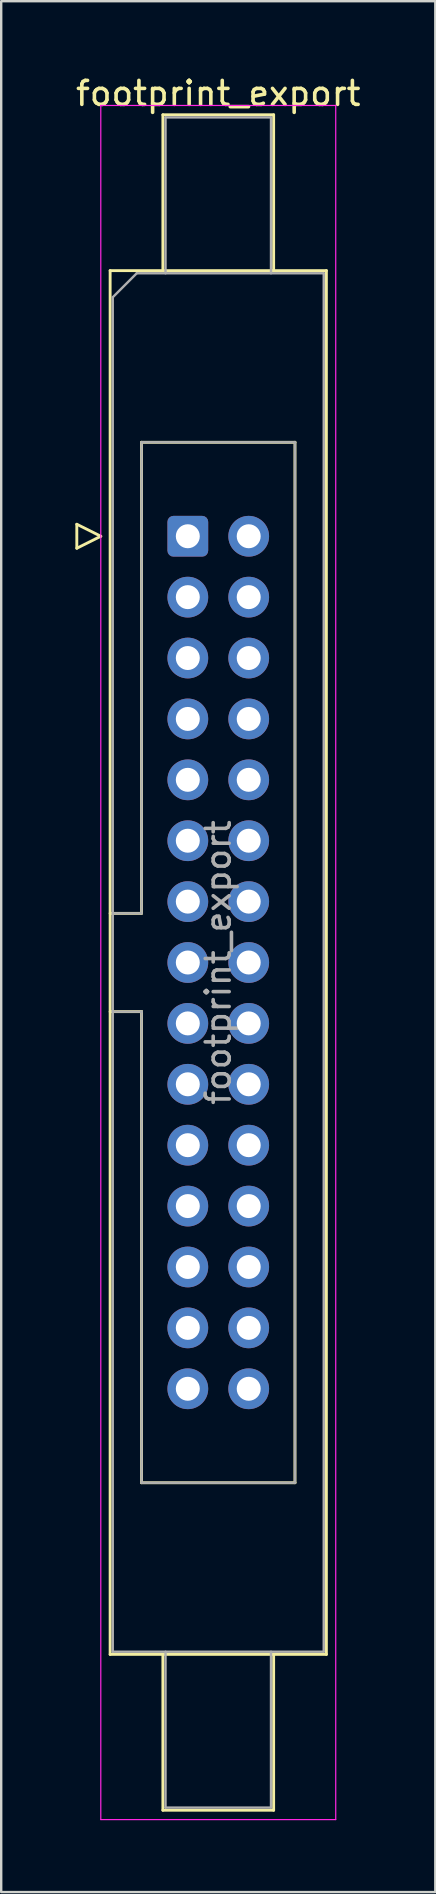
<source format=kicad_pcb>
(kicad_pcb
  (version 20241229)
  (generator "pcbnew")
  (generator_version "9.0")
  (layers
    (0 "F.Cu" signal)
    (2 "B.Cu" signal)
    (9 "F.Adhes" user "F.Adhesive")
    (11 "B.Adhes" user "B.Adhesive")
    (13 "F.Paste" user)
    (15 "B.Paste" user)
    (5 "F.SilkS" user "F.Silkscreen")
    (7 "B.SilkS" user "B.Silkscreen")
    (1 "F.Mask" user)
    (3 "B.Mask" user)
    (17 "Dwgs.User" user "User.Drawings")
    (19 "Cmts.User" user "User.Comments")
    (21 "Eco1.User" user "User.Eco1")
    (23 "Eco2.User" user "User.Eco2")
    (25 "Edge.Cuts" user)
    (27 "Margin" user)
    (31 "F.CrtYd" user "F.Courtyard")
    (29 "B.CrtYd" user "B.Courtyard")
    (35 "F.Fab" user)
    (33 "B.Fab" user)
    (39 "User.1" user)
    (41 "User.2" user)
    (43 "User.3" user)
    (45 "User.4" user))
  (footprint "footprint_export"
    (layer "F.Cu")
    (at 4.784 19.318)
    (property "Reference" "footprint_export" (at 1.27 -18.47 0) (layer "F.SilkS") (effects (font (size 1 1) (thickness 0.15))))
    (attr through_hole)
    (fp_line (start -4.63 -0.5) (end -4.63 0.5) (stroke (width 0.12) (type solid)) (layer "F.SilkS"))
    (fp_line (start -4.63 0.5) (end -3.63 0) (stroke (width 0.12) (type solid)) (layer "F.SilkS"))
    (fp_line (start -3.63 0) (end -4.63 -0.5) (stroke (width 0.12) (type solid)) (layer "F.SilkS"))
    (fp_line (start -3.24 -11.08) (end 5.78 -11.08) (stroke (width 0.12) (type solid)) (layer "F.SilkS"))
    (fp_line (start -3.24 15.73) (end -1.93 15.73) (stroke (width 0.12) (type solid)) (layer "F.SilkS"))
    (fp_line (start -3.24 46.64) (end -3.24 -11.08) (stroke (width 0.12) (type solid)) (layer "F.SilkS"))
    (fp_line (start -1.93 -3.92) (end 4.47 -3.92) (stroke (width 0.12) (type solid)) (layer "F.SilkS"))
    (fp_line (start -1.93 15.73) (end -1.93 -3.92) (stroke (width 0.12) (type solid)) (layer "F.SilkS"))
    (fp_line (start -1.93 19.83) (end -3.24 19.83) (stroke (width 0.12) (type solid)) (layer "F.SilkS"))
    (fp_line (start -1.93 19.83) (end -1.93 19.83) (stroke (width 0.12) (type solid)) (layer "F.SilkS"))
    (fp_line (start -1.93 39.48) (end -1.93 19.83) (stroke (width 0.12) (type solid)) (layer "F.SilkS"))
    (fp_line (start -1.04 -17.58) (end 3.58 -17.58) (stroke (width 0.12) (type solid)) (layer "F.SilkS"))
    (fp_line (start -1.04 -11.08) (end -1.04 -17.58) (stroke (width 0.12) (type solid)) (layer "F.SilkS"))
    (fp_line (start -1.04 46.64) (end -1.04 53.14) (stroke (width 0.12) (type solid)) (layer "F.SilkS"))
    (fp_line (start -1.04 53.14) (end 3.58 53.14) (stroke (width 0.12) (type solid)) (layer "F.SilkS"))
    (fp_line (start 3.58 -17.58) (end 3.58 -11.08) (stroke (width 0.12) (type solid)) (layer "F.SilkS"))
    (fp_line (start 3.58 53.14) (end 3.58 46.64) (stroke (width 0.12) (type solid)) (layer "F.SilkS"))
    (fp_line (start 4.47 -3.92) (end 4.47 39.48) (stroke (width 0.12) (type solid)) (layer "F.SilkS"))
    (fp_line (start 4.47 39.48) (end -1.93 39.48) (stroke (width 0.12) (type solid)) (layer "F.SilkS"))
    (fp_line (start 5.78 -11.08) (end 5.78 46.64) (stroke (width 0.12) (type solid)) (layer "F.SilkS"))
    (fp_line (start 5.78 46.64) (end -3.24 46.64) (stroke (width 0.12) (type solid)) (layer "F.SilkS"))
    (fp_line (start -3.63 -17.97) (end -3.63 53.53) (stroke (width 0.05) (type solid)) (layer "F.CrtYd"))
    (fp_line (start -3.63 53.53) (end 6.17 53.53) (stroke (width 0.05) (type solid)) (layer "F.CrtYd"))
    (fp_line (start 6.17 -17.97) (end -3.63 -17.97) (stroke (width 0.05) (type solid)) (layer "F.CrtYd"))
    (fp_line (start 6.17 53.53) (end 6.17 -17.97) (stroke (width 0.05) (type solid)) (layer "F.CrtYd"))
    (fp_line (start -3.13 -9.97) (end -2.13 -10.97) (stroke (width 0.1) (type solid)) (layer "F.Fab"))
    (fp_line (start -3.13 15.73) (end -1.93 15.73) (stroke (width 0.1) (type solid)) (layer "F.Fab"))
    (fp_line (start -3.13 46.53) (end -3.13 -9.97) (stroke (width 0.1) (type solid)) (layer "F.Fab"))
    (fp_line (start -2.13 -10.97) (end 5.67 -10.97) (stroke (width 0.1) (type solid)) (layer "F.Fab"))
    (fp_line (start -1.93 -3.92) (end 4.47 -3.92) (stroke (width 0.1) (type solid)) (layer "F.Fab"))
    (fp_line (start -1.93 15.73) (end -1.93 -3.92) (stroke (width 0.1) (type solid)) (layer "F.Fab"))
    (fp_line (start -1.93 19.83) (end -3.13 19.83) (stroke (width 0.1) (type solid)) (layer "F.Fab"))
    (fp_line (start -1.93 19.83) (end -1.93 19.83) (stroke (width 0.1) (type solid)) (layer "F.Fab"))
    (fp_line (start -1.93 39.48) (end -1.93 19.83) (stroke (width 0.1) (type solid)) (layer "F.Fab"))
    (fp_line (start -0.93 -17.47) (end 3.47 -17.47) (stroke (width 0.1) (type solid)) (layer "F.Fab"))
    (fp_line (start -0.93 -10.97) (end -0.93 -17.47) (stroke (width 0.1) (type solid)) (layer "F.Fab"))
    (fp_line (start -0.93 46.53) (end -0.93 53.03) (stroke (width 0.1) (type solid)) (layer "F.Fab"))
    (fp_line (start -0.93 53.03) (end 3.47 53.03) (stroke (width 0.1) (type solid)) (layer "F.Fab"))
    (fp_line (start 3.47 -17.47) (end 3.47 -10.97) (stroke (width 0.1) (type solid)) (layer "F.Fab"))
    (fp_line (start 3.47 53.03) (end 3.47 46.53) (stroke (width 0.1) (type solid)) (layer "F.Fab"))
    (fp_line (start 4.47 -3.92) (end 4.47 39.48) (stroke (width 0.1) (type solid)) (layer "F.Fab"))
    (fp_line (start 4.47 39.48) (end -1.93 39.48) (stroke (width 0.1) (type solid)) (layer "F.Fab"))
    (fp_line (start 5.67 -10.97) (end 5.67 46.53) (stroke (width 0.1) (type solid)) (layer "F.Fab"))
    (fp_line (start 5.67 46.53) (end -3.13 46.53) (stroke (width 0.1) (type solid)) (layer "F.Fab"))
    (fp_text user "${REFERENCE}" (at 1.27 17.78 90) (layer "F.Fab") (effects (font (size 1 1) (thickness 0.15))))
    (pad "1" thru_hole roundrect (at 0 0) (size 1.7 1.7) (drill 1) (layers "*.Cu" "*.Mask") (roundrect_rratio 0.147))
    (pad "2" thru_hole circle (at 2.54 0) (size 1.7 1.7) (drill 1) (layers "*.Cu" "*.Mask"))
    (pad "3" thru_hole circle (at 0 2.54) (size 1.7 1.7) (drill 1) (layers "*.Cu" "*.Mask"))
    (pad "4" thru_hole circle (at 2.54 2.54) (size 1.7 1.7) (drill 1) (layers "*.Cu" "*.Mask"))
    (pad "5" thru_hole circle (at 0 5.08) (size 1.7 1.7) (drill 1) (layers "*.Cu" "*.Mask"))
    (pad "6" thru_hole circle (at 2.54 5.08) (size 1.7 1.7) (drill 1) (layers "*.Cu" "*.Mask"))
    (pad "7" thru_hole circle (at 0 7.62) (size 1.7 1.7) (drill 1) (layers "*.Cu" "*.Mask"))
    (pad "8" thru_hole circle (at 2.54 7.62) (size 1.7 1.7) (drill 1) (layers "*.Cu" "*.Mask"))
    (pad "9" thru_hole circle (at 0 10.16) (size 1.7 1.7) (drill 1) (layers "*.Cu" "*.Mask"))
    (pad "10" thru_hole circle (at 2.54 10.16) (size 1.7 1.7) (drill 1) (layers "*.Cu" "*.Mask"))
    (pad "11" thru_hole circle (at 0 12.7) (size 1.7 1.7) (drill 1) (layers "*.Cu" "*.Mask"))
    (pad "12" thru_hole circle (at 2.54 12.7) (size 1.7 1.7) (drill 1) (layers "*.Cu" "*.Mask"))
    (pad "13" thru_hole circle (at 0 15.24) (size 1.7 1.7) (drill 1) (layers "*.Cu" "*.Mask"))
    (pad "14" thru_hole circle (at 2.54 15.24) (size 1.7 1.7) (drill 1) (layers "*.Cu" "*.Mask"))
    (pad "15" thru_hole circle (at 0 17.78) (size 1.7 1.7) (drill 1) (layers "*.Cu" "*.Mask"))
    (pad "16" thru_hole circle (at 2.54 17.78) (size 1.7 1.7) (drill 1) (layers "*.Cu" "*.Mask"))
    (pad "17" thru_hole circle (at 0 20.32) (size 1.7 1.7) (drill 1) (layers "*.Cu" "*.Mask"))
    (pad "18" thru_hole circle (at 2.54 20.32) (size 1.7 1.7) (drill 1) (layers "*.Cu" "*.Mask"))
    (pad "19" thru_hole circle (at 0 22.86) (size 1.7 1.7) (drill 1) (layers "*.Cu" "*.Mask"))
    (pad "20" thru_hole circle (at 2.54 22.86) (size 1.7 1.7) (drill 1) (layers "*.Cu" "*.Mask"))
    (pad "21" thru_hole circle (at 0 25.4) (size 1.7 1.7) (drill 1) (layers "*.Cu" "*.Mask"))
    (pad "22" thru_hole circle (at 2.54 25.4) (size 1.7 1.7) (drill 1) (layers "*.Cu" "*.Mask"))
    (pad "23" thru_hole circle (at 0 27.94) (size 1.7 1.7) (drill 1) (layers "*.Cu" "*.Mask"))
    (pad "24" thru_hole circle (at 2.54 27.94) (size 1.7 1.7) (drill 1) (layers "*.Cu" "*.Mask"))
    (pad "25" thru_hole circle (at 0 30.48) (size 1.7 1.7) (drill 1) (layers "*.Cu" "*.Mask"))
    (pad "26" thru_hole circle (at 2.54 30.48) (size 1.7 1.7) (drill 1) (layers "*.Cu" "*.Mask"))
    (pad "27" thru_hole circle (at 0 33.02) (size 1.7 1.7) (drill 1) (layers "*.Cu" "*.Mask"))
    (pad "28" thru_hole circle (at 2.54 33.02) (size 1.7 1.7) (drill 1) (layers "*.Cu" "*.Mask"))
    (pad "29" thru_hole circle (at 0 35.56) (size 1.7 1.7) (drill 1) (layers "*.Cu" "*.Mask"))
    (pad "30" thru_hole circle (at 2.54 35.56) (size 1.7 1.7) (drill 1) (layers "*.Cu" "*.Mask")))
  (gr_rect
    (start -3 -3)
    (end 15.107 75.873)
    (stroke (width 0.1) (type default))
    (fill no)
    (layer "Edge.Cuts")))
</source>
